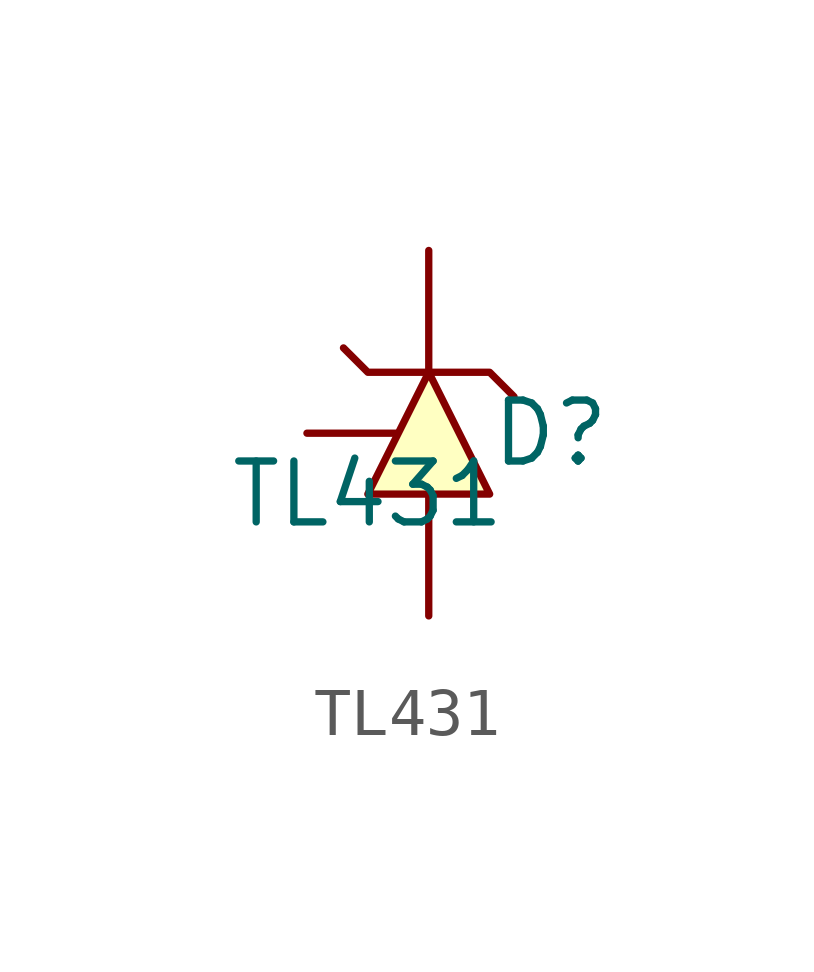
<source format=kicad_sym>
(kicad_symbol_lib
  (version 20231120)
  (generator "kicad_symbol_editor")
  (generator_version "8.0")
  (symbol "TL431"
    (pin_numbers hide)
    (pin_names hide)
    (property "Reference" "D"
      (at 2.54 0 0)
      (effects (font (size 1.27 1.27))))
    (property "Value" "TL431"
      (at -1.27 -1.27 0)
      (effects (font (size 1.27 1.27))))
    (symbol "TL431_0_1"
      (polyline (pts (xy 1.778 0.762) (xy 1.27 1.27) (xy -1.27 1.27) (xy -1.778 1.778)) (stroke (width 0) (type default)) (fill (type none))))
    (symbol "TL431_1_1"
      (polyline (pts (xy 0 1.27) (xy -1.27 -1.27) (xy 1.27 -1.27) (xy 0 1.27)) (stroke (width 0) (type default)) (fill (type background)))
      (pin bidirectional line (at 0 -3.81 90) (length 2.54) (name "ANODE" (effects (font (size 1.25 1.25)))) (number "A" (effects (font (size 1.25 1.25)))))
      (pin bidirectional line (at 0 3.81 270) (length 2.54) (name "CATHODE" (effects (font (size 1.25 1.25)))) (number "K" (effects (font (size 1.25 1.25)))))
      (pin bidirectional line (at -2.54 0 0) (length 1.85) (name "REF" (effects (font (size 1.25 1.25)))) (number "R" (effects (font (size 1.25 1.25))))))))
</source>
